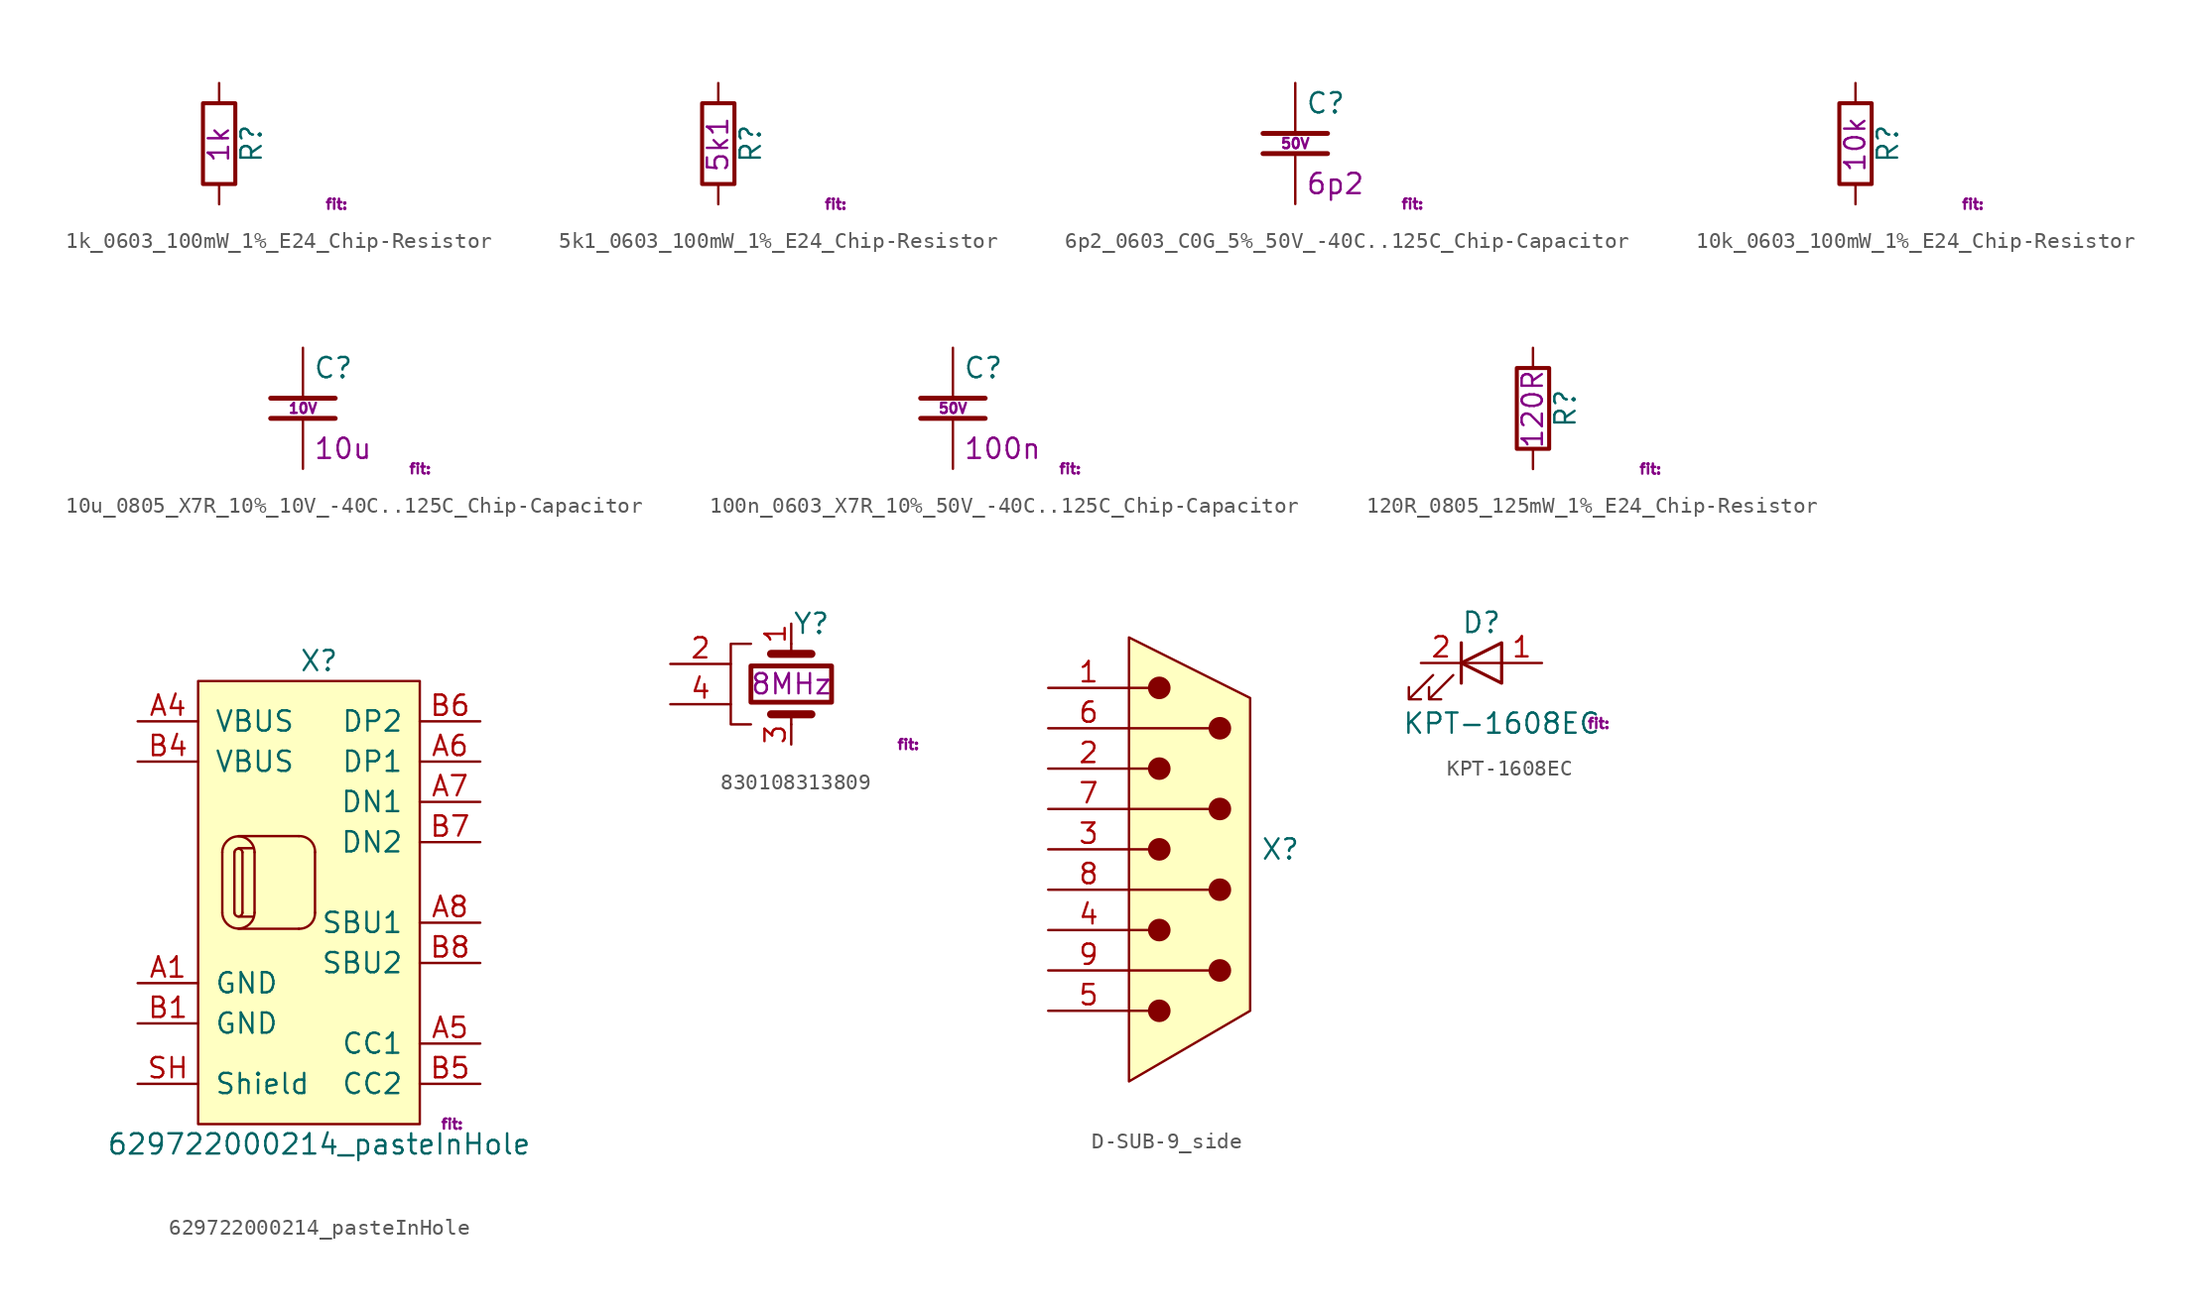
<source format=kicad_sym>
(kicad_symbol_lib
  (version 20220914)
  (generator kicad_symbol_editor)
  (symbol "1k_0603_100mW_1%_E24_Chip-Resistor"
    (pin_numbers hide)
    (pin_names
      (offset 0))
    (property "Reference" "R"
      (at 2.032 0 90)
      (effects (font (size 1.27 1.27))))
    (property "DisplayValue" "1k"
      (at -0.025 -0.051 90)
      (effects (font (size 1.27 1.27))))
    (property "Fit" "fit: "
      (at 7.62 -3.81 0)
      (effects (font (size 0.635 0.635))))
    (symbol "1k_0603_100mW_1%_E24_Chip-Resistor_0_1"
      (rectangle (start -1.016 -2.54) (end 1.016 2.54) (stroke (width 0.254) (type default)) (fill (type none))))
    (symbol "1k_0603_100mW_1%_E24_Chip-Resistor_1_1"
      (pin passive line (at 0 3.81 270) (length 1.27) (name "~" (effects (font (size 1.27 1.27)))) (number "1" (effects (font (size 1.27 1.27)))))
      (pin passive line (at 0 -3.81 90) (length 1.27) (name "~" (effects (font (size 1.27 1.27)))) (number "2" (effects (font (size 1.27 1.27)))))))
  (symbol "5k1_0603_100mW_1%_E24_Chip-Resistor"
    (pin_numbers hide)
    (pin_names
      (offset 0))
    (property "Reference" "R"
      (at 2.032 0 90)
      (effects (font (size 1.27 1.27))))
    (property "DisplayValue" "5k1"
      (at -0.025 -0.051 90)
      (effects (font (size 1.27 1.27))))
    (property "Fit" "fit: "
      (at 7.62 -3.81 0)
      (effects (font (size 0.635 0.635))))
    (symbol "5k1_0603_100mW_1%_E24_Chip-Resistor_0_1"
      (rectangle (start -1.016 -2.54) (end 1.016 2.54) (stroke (width 0.254) (type default)) (fill (type none))))
    (symbol "5k1_0603_100mW_1%_E24_Chip-Resistor_1_1"
      (pin passive line (at 0 3.81 270) (length 1.27) (name "~" (effects (font (size 1.27 1.27)))) (number "1" (effects (font (size 1.27 1.27)))))
      (pin passive line (at 0 -3.81 90) (length 1.27) (name "~" (effects (font (size 1.27 1.27)))) (number "2" (effects (font (size 1.27 1.27)))))))
  (symbol "6p2_0603_C0G_5%_50V_-40C..125C_Chip-Capacitor"
    (pin_numbers hide)
    (pin_names
      (offset 0.254))
    (property "Reference" "C"
      (at 0.635 2.54 0)
      (effects (font (size 1.27 1.27)) (justify left)))
    (property "DisplayValue" "6p2"
      (at 0.635 -2.54 0)
      (effects (font (size 1.27 1.27)) (justify left)))
    (property "Fit" "fit: "
      (at 7.62 -3.81 0)
      (effects (font (size 0.635 0.635))))
    (property "CapRatedVoltage" "50V"
      (at 0 0 0)
      (effects (font (size 0.635 0.635))))
    (symbol "6p2_0603_C0G_5%_50V_-40C..125C_Chip-Capacitor_0_1"
      (polyline (pts (xy -2.032 -0.635) (xy 2.032 -0.635)) (stroke (width 0.305) (type default)) (fill (type none)))
      (polyline (pts (xy -2.032 0.635) (xy 2.032 0.635)) (stroke (width 0.305) (type default)) (fill (type none))))
    (symbol "6p2_0603_C0G_5%_50V_-40C..125C_Chip-Capacitor_1_1"
      (pin passive line (at 0 3.81 270) (length 3.2) (name "~" (effects (font (size 1.27 1.27)))) (number "1" (effects (font (size 1.27 1.27)))))
      (pin passive line (at 0 -3.81 90) (length 2.997) (name "~" (effects (font (size 1.27 1.27)))) (number "2" (effects (font (size 1.27 1.27)))))))
  (symbol "10k_0603_100mW_1%_E24_Chip-Resistor"
    (pin_numbers hide)
    (pin_names
      (offset 0))
    (property "Reference" "R"
      (at 2.032 0 90)
      (effects (font (size 1.27 1.27))))
    (property "DisplayValue" "10k"
      (at -0.025 -0.051 90)
      (effects (font (size 1.27 1.27))))
    (property "Fit" "fit: "
      (at 7.62 -3.81 0)
      (effects (font (size 0.635 0.635))))
    (symbol "10k_0603_100mW_1%_E24_Chip-Resistor_0_1"
      (rectangle (start -1.016 -2.54) (end 1.016 2.54) (stroke (width 0.254) (type default)) (fill (type none))))
    (symbol "10k_0603_100mW_1%_E24_Chip-Resistor_1_1"
      (pin passive line (at 0 3.81 270) (length 1.27) (name "~" (effects (font (size 1.27 1.27)))) (number "1" (effects (font (size 1.27 1.27)))))
      (pin passive line (at 0 -3.81 90) (length 1.27) (name "~" (effects (font (size 1.27 1.27)))) (number "2" (effects (font (size 1.27 1.27)))))))
  (symbol "10u_0805_X7R_10%_10V_-40C..125C_Chip-Capacitor"
    (pin_numbers hide)
    (pin_names
      (offset 0.254))
    (property "Reference" "C"
      (at 0.635 2.54 0)
      (effects (font (size 1.27 1.27)) (justify left)))
    (property "DisplayValue" "10u"
      (at 0.635 -2.54 0)
      (effects (font (size 1.27 1.27)) (justify left)))
    (property "Fit" "fit: "
      (at 7.62 -3.81 0)
      (effects (font (size 0.635 0.635))))
    (property "CapRatedVoltage" "10V"
      (at 0 0 0)
      (effects (font (size 0.635 0.635))))
    (symbol "10u_0805_X7R_10%_10V_-40C..125C_Chip-Capacitor_0_1"
      (polyline (pts (xy -2.032 -0.635) (xy 2.032 -0.635)) (stroke (width 0.305) (type default)) (fill (type none)))
      (polyline (pts (xy -2.032 0.635) (xy 2.032 0.635)) (stroke (width 0.305) (type default)) (fill (type none))))
    (symbol "10u_0805_X7R_10%_10V_-40C..125C_Chip-Capacitor_1_1"
      (pin passive line (at 0 3.81 270) (length 3.2) (name "~" (effects (font (size 1.27 1.27)))) (number "1" (effects (font (size 1.27 1.27)))))
      (pin passive line (at 0 -3.81 90) (length 2.997) (name "~" (effects (font (size 1.27 1.27)))) (number "2" (effects (font (size 1.27 1.27)))))))
  (symbol "100n_0603_X7R_10%_50V_-40C..125C_Chip-Capacitor"
    (pin_numbers hide)
    (pin_names
      (offset 0.254))
    (property "Reference" "C"
      (at 0.635 2.54 0)
      (effects (font (size 1.27 1.27)) (justify left)))
    (property "DisplayValue" "100n"
      (at 0.635 -2.54 0)
      (effects (font (size 1.27 1.27)) (justify left)))
    (property "Fit" "fit: "
      (at 7.62 -3.81 0)
      (effects (font (size 0.635 0.635))))
    (property "CapRatedVoltage" "50V"
      (at 0 0 0)
      (effects (font (size 0.635 0.635))))
    (symbol "100n_0603_X7R_10%_50V_-40C..125C_Chip-Capacitor_0_1"
      (polyline (pts (xy -2.032 -0.635) (xy 2.032 -0.635)) (stroke (width 0.305) (type default)) (fill (type none)))
      (polyline (pts (xy -2.032 0.635) (xy 2.032 0.635)) (stroke (width 0.305) (type default)) (fill (type none))))
    (symbol "100n_0603_X7R_10%_50V_-40C..125C_Chip-Capacitor_1_1"
      (pin passive line (at 0 3.81 270) (length 3.2) (name "~" (effects (font (size 1.27 1.27)))) (number "1" (effects (font (size 1.27 1.27)))))
      (pin passive line (at 0 -3.81 90) (length 2.997) (name "~" (effects (font (size 1.27 1.27)))) (number "2" (effects (font (size 1.27 1.27)))))))
  (symbol "120R_0805_125mW_1%_E24_Chip-Resistor"
    (pin_numbers hide)
    (pin_names
      (offset 0))
    (property "Reference" "R"
      (at 2.032 0 90)
      (effects (font (size 1.27 1.27))))
    (property "DisplayValue" "120R"
      (at -0.025 -0.051 90)
      (effects (font (size 1.27 1.27))))
    (property "Fit" "fit: "
      (at 7.62 -3.81 0)
      (effects (font (size 0.635 0.635))))
    (symbol "120R_0805_125mW_1%_E24_Chip-Resistor_0_1"
      (rectangle (start -1.016 -2.54) (end 1.016 2.54) (stroke (width 0.254) (type default)) (fill (type none))))
    (symbol "120R_0805_125mW_1%_E24_Chip-Resistor_1_1"
      (pin passive line (at 0 3.81 270) (length 1.27) (name "~" (effects (font (size 1.27 1.27)))) (number "1" (effects (font (size 1.27 1.27)))))
      (pin passive line (at 0 -3.81 90) (length 1.27) (name "~" (effects (font (size 1.27 1.27)))) (number "2" (effects (font (size 1.27 1.27)))))))
  (symbol "629722000214_pasteInHole"
    (pin_names
      (offset 1.016))
    (property "Reference" "X"
      (at 0 13.97 0)
      (effects (font (size 1.27 1.27))))
    (property "Value" "629722000214_pasteInHole"
      (at 0 -16.51 0)
      (effects (font (size 1.27 1.27))))
    (property "Fit" "fit: "
      (at 7.62 -15.24 0)
      (effects (font (size 0.635 0.635)) (justify left)))
    (symbol "629722000214_pasteInHole_0_1"
      (rectangle (start -7.62 12.7) (end 6.35 -15.24) (stroke (width 0) (type default)) (fill (type background)))
      (arc (start -6.096 -1.905) (mid -5.08 -2.9068) (end -4.064 -1.905) (stroke (width 0) (type default)) (fill (type none)))
      (arc (start -5.334 -1.905) (mid -5.08 -2.147) (end -4.826 -1.905) (stroke (width 0) (type default)) (fill (type none)))
      (arc (start -4.826 1.8971) (mid -5.08 2.1295) (end -5.334 1.8971) (stroke (width 0) (type default)) (fill (type none)))
      (arc (start -4.064 1.905) (mid -5.08 2.9068) (end -6.096 1.905) (stroke (width 0) (type default)) (fill (type none)))
      (arc (start -1.27 -2.921) (mid -0.5409 -2.6341) (end -0.254 -1.905) (stroke (width 0) (type default)) (fill (type none)))
      (arc (start -0.254 1.905) (mid -0.5411 2.6339) (end -1.27 2.921) (stroke (width 0) (type default)) (fill (type none)))
      (polyline (pts (xy -6.096 1.905) (xy -6.096 -1.905)) (stroke (width 0) (type default)) (fill (type none)))
      (polyline (pts (xy -5.334 -1.905) (xy -5.334 1.905)) (stroke (width 0) (type default)) (fill (type none)))
      (polyline (pts (xy -5.08 -2.921) (xy -1.27 -2.921)) (stroke (width 0) (type default)) (fill (type none)))
      (polyline (pts (xy -5.08 -2.159) (xy -4.191 -2.159)) (stroke (width 0) (type default)) (fill (type none)))
      (polyline (pts (xy -5.08 2.159) (xy -4.191 2.159)) (stroke (width 0) (type default)) (fill (type none)))
      (polyline (pts (xy -5.08 2.921) (xy -1.27 2.921)) (stroke (width 0) (type default)) (fill (type none)))
      (polyline (pts (xy -4.826 -1.905) (xy -4.826 1.905)) (stroke (width 0) (type default)) (fill (type none)))
      (polyline (pts (xy -4.064 1.905) (xy -4.064 -1.905)) (stroke (width 0) (type default)) (fill (type none)))
      (polyline (pts (xy -0.254 1.905) (xy -0.254 -1.905)) (stroke (width 0) (type default)) (fill (type none))))
    (symbol "629722000214_pasteInHole_1_1"
      (pin passive line (at -11.43 -6.35 0) (length 3.81) (name "GND" (effects (font (size 1.27 1.27)))) (number "A1" (effects (font (size 1.27 1.27)))))
      (pin passive line (at -11.43 10.16 0) (length 3.81) (name "VBUS" (effects (font (size 1.27 1.27)))) (number "A4" (effects (font (size 1.27 1.27)))))
      (pin passive line (at 10.16 -10.16 180) (length 3.81) (name "CC1" (effects (font (size 1.27 1.27)))) (number "A5" (effects (font (size 1.27 1.27)))))
      (pin passive line (at 10.16 7.62 180) (length 3.81) (name "DP1" (effects (font (size 1.27 1.27)))) (number "A6" (effects (font (size 1.27 1.27)))))
      (pin passive line (at 10.16 5.08 180) (length 3.81) (name "DN1" (effects (font (size 1.27 1.27)))) (number "A7" (effects (font (size 1.27 1.27)))))
      (pin passive line (at 10.16 -2.54 180) (length 3.81) (name "SBU1" (effects (font (size 1.27 1.27)))) (number "A8" (effects (font (size 1.27 1.27)))))
      (pin passive line (at -11.43 -8.89 0) (length 3.81) (name "GND" (effects (font (size 1.27 1.27)))) (number "B1" (effects (font (size 1.27 1.27)))))
      (pin passive line (at -11.43 7.62 0) (length 3.81) (name "VBUS" (effects (font (size 1.27 1.27)))) (number "B4" (effects (font (size 1.27 1.27)))))
      (pin passive line (at 10.16 -12.7 180) (length 3.81) (name "CC2" (effects (font (size 1.27 1.27)))) (number "B5" (effects (font (size 1.27 1.27)))))
      (pin passive line (at 10.16 10.16 180) (length 3.81) (name "DP2" (effects (font (size 1.27 1.27)))) (number "B6" (effects (font (size 1.27 1.27)))))
      (pin passive line (at 10.16 2.54 180) (length 3.81) (name "DN2" (effects (font (size 1.27 1.27)))) (number "B7" (effects (font (size 1.27 1.27)))))
      (pin passive line (at 10.16 -5.08 180) (length 3.81) (name "SBU2" (effects (font (size 1.27 1.27)))) (number "B8" (effects (font (size 1.27 1.27)))))
      (pin passive line (at -11.43 -12.7 0) (length 3.81) (name "Shield" (effects (font (size 1.27 1.27)))) (number "SH" (effects (font (size 1.27 1.27)))))))
  (symbol "830108313809"
    (pin_names
      (offset 1.016) hide)
    (property "Reference" "Y"
      (at 1.27 3.81 0)
      (effects (font (size 1.27 1.27))))
    (property "Fit" "fit: "
      (at 7.62 -3.81 0)
      (effects (font (size 0.635 0.635))))
    (property "DisplayName" "8MHz"
      (at 0 0 0)
      (effects (font (size 1.27 1.27))))
    (symbol "830108313809_0_1"
      (rectangle (start -2.54 -1.143) (end 2.54 1.143) (stroke (width 0.305) (type default)) (fill (type none)))
      (polyline (pts (xy 0 -2.54) (xy 0 -1.905)) (stroke (width 0) (type default)) (fill (type none)))
      (polyline (pts (xy 0 2.54) (xy 0 1.905)) (stroke (width 0) (type default)) (fill (type none)))
      (polyline (pts (xy 1.27 -1.905) (xy -1.27 -1.905)) (stroke (width 0.508) (type default)) (fill (type none)))
      (polyline (pts (xy 1.27 1.905) (xy -1.27 1.905)) (stroke (width 0.508) (type default)) (fill (type none)))
      (polyline (pts (xy -2.54 2.54) (xy -3.81 2.54) (xy -3.81 -2.54) (xy -2.54 -2.54)) (stroke (width 0) (type default)) (fill (type none))))
    (symbol "830108313809_1_1"
      (pin passive line (at 0 3.81 270) (length 1.27) (name "C_{1}" (effects (font (size 1.27 1.27)))) (number "1" (effects (font (size 1.27 1.27)))))
      (pin passive line (at -7.62 1.27 0) (length 3.81) (name "GND" (effects (font (size 1.27 1.27)))) (number "2" (effects (font (size 1.27 1.27)))))
      (pin passive line (at 0 -3.81 90) (length 1.27) (name "C_{2}" (effects (font (size 1.27 1.27)))) (number "3" (effects (font (size 1.27 1.27)))))
      (pin passive line (at -7.62 -1.27 0) (length 3.81) (name "GND" (effects (font (size 1.27 1.27)))) (number "4" (effects (font (size 1.27 1.27)))))))
  (symbol "D-SUB-9_side"
    (property "Reference" "X"
      (at 5.715 0 0)
      (effects (font (size 1.27 1.27))))
    (property "Value" ""
      (at -3.81 5.08 0)
      (effects (font (size 1.27 1.27))))
    (symbol "D-SUB-9_side_1_1"
      (circle (center -1.905 -10.16) (radius 0.635) (stroke (width 0) (type default)) (fill (type outline)))
      (circle (center -1.905 -5.08) (radius 0.635) (stroke (width 0) (type default)) (fill (type outline)))
      (circle (center -1.905 0) (radius 0.635) (stroke (width 0) (type default)) (fill (type outline)))
      (circle (center -1.905 5.08) (radius 0.635) (stroke (width 0) (type default)) (fill (type outline)))
      (circle (center -1.905 10.16) (radius 0.635) (stroke (width 0) (type default)) (fill (type outline)))
      (polyline (pts (xy -1.905 -10.16) (xy -3.81 -10.16)) (stroke (width 0) (type default)) (fill (type none)))
      (polyline (pts (xy -1.905 -5.08) (xy -3.81 -5.08)) (stroke (width 0) (type default)) (fill (type none)))
      (polyline (pts (xy -1.905 0) (xy -3.81 0)) (stroke (width 0) (type default)) (fill (type none)))
      (polyline (pts (xy -1.905 5.08) (xy -3.81 5.08)) (stroke (width 0) (type default)) (fill (type none)))
      (polyline (pts (xy -1.905 10.16) (xy -3.81 10.16)) (stroke (width 0) (type default)) (fill (type none)))
      (polyline (pts (xy 1.905 -7.62) (xy -3.81 -7.62)) (stroke (width 0) (type default)) (fill (type none)))
      (polyline (pts (xy 1.905 -2.54) (xy -3.81 -2.54)) (stroke (width 0) (type default)) (fill (type none)))
      (polyline (pts (xy 1.905 2.54) (xy -3.81 2.54)) (stroke (width 0) (type default)) (fill (type none)))
      (polyline (pts (xy 1.905 7.62) (xy -3.81 7.62)) (stroke (width 0) (type default)) (fill (type none)))
      (polyline (pts (xy -3.81 13.335) (xy -3.81 -14.605) (xy 3.81 -10.16) (xy 3.81 9.525) (xy -3.81 13.335)) (stroke (width 0) (type default)) (fill (type background)))
      (circle (center 1.905 -7.62) (radius 0.635) (stroke (width 0) (type default)) (fill (type outline)))
      (circle (center 1.905 -2.54) (radius 0.635) (stroke (width 0) (type default)) (fill (type outline)))
      (circle (center 1.905 2.54) (radius 0.635) (stroke (width 0) (type default)) (fill (type outline)))
      (circle (center 1.905 7.62) (radius 0.635) (stroke (width 0) (type default)) (fill (type outline)))
      (pin passive line (at -8.89 10.16 0) (length 5.08) (name "" (effects (font (size 1.27 1.27)))) (number "1" (effects (font (size 1.27 1.27)))))
      (pin passive line (at -8.89 5.08 0) (length 5.08) (name "" (effects (font (size 1.27 1.27)))) (number "2" (effects (font (size 1.27 1.27)))))
      (pin passive line (at -8.89 0 0) (length 5.08) (name "" (effects (font (size 1.27 1.27)))) (number "3" (effects (font (size 1.27 1.27)))))
      (pin passive line (at -8.89 -5.08 0) (length 5.08) (name "" (effects (font (size 1.27 1.27)))) (number "4" (effects (font (size 1.27 1.27)))))
      (pin passive line (at -8.89 -10.16 0) (length 5.08) (name "" (effects (font (size 1.27 1.27)))) (number "5" (effects (font (size 1.27 1.27)))))
      (pin passive line (at -8.89 7.62 0) (length 5.08) (name "" (effects (font (size 1.27 1.27)))) (number "6" (effects (font (size 1.27 1.27)))))
      (pin passive line (at -8.89 2.54 0) (length 5.08) (name "" (effects (font (size 1.27 1.27)))) (number "7" (effects (font (size 1.27 1.27)))))
      (pin passive line (at -8.89 -2.54 0) (length 5.08) (name "" (effects (font (size 1.27 1.27)))) (number "8" (effects (font (size 1.27 1.27)))))
      (pin passive line (at -8.89 -7.62 0) (length 5.08) (name "" (effects (font (size 1.27 1.27)))) (number "9" (effects (font (size 1.27 1.27)))))))
  (symbol "KPT-1608EC"
    (pin_names
      (offset 1.016) hide)
    (property "Reference" "D"
      (at 0 2.54 0)
      (effects (font (size 1.27 1.27))))
    (property "Value" "KPT-1608EC"
      (at 1.27 -3.81 0)
      (effects (font (size 1.27 1.27))))
    (property "Fit" "fit: "
      (at 7.62 -3.81 0)
      (effects (font (size 0.635 0.635))))
    (symbol "KPT-1608EC_0_1"
      (polyline (pts (xy -1.27 -1.27) (xy -1.27 1.27)) (stroke (width 0.203) (type default)) (fill (type none)))
      (polyline (pts (xy -1.27 0) (xy 1.27 0)) (stroke (width 0) (type default)) (fill (type none)))
      (polyline (pts (xy 1.27 -1.27) (xy 1.27 1.27) (xy -1.27 0) (xy 1.27 -1.27)) (stroke (width 0.203) (type default)) (fill (type none)))
      (polyline (pts (xy -3.048 -0.762) (xy -4.572 -2.286) (xy -3.81 -2.286) (xy -4.572 -2.286) (xy -4.572 -1.524)) (stroke (width 0) (type default)) (fill (type none)))
      (polyline (pts (xy -1.778 -0.762) (xy -3.302 -2.286) (xy -2.54 -2.286) (xy -3.302 -2.286) (xy -3.302 -1.524)) (stroke (width 0) (type default)) (fill (type none))))
    (symbol "KPT-1608EC_1_1"
      (pin passive line (at 3.81 0 180) (length 2.54) (name "A" (effects (font (size 1.27 1.27)))) (number "1" (effects (font (size 1.27 1.27)))))
      (pin passive line (at -3.81 0 0) (length 2.54) (name "K" (effects (font (size 1.27 1.27)))) (number "2" (effects (font (size 1.27 1.27))))))))
</source>
